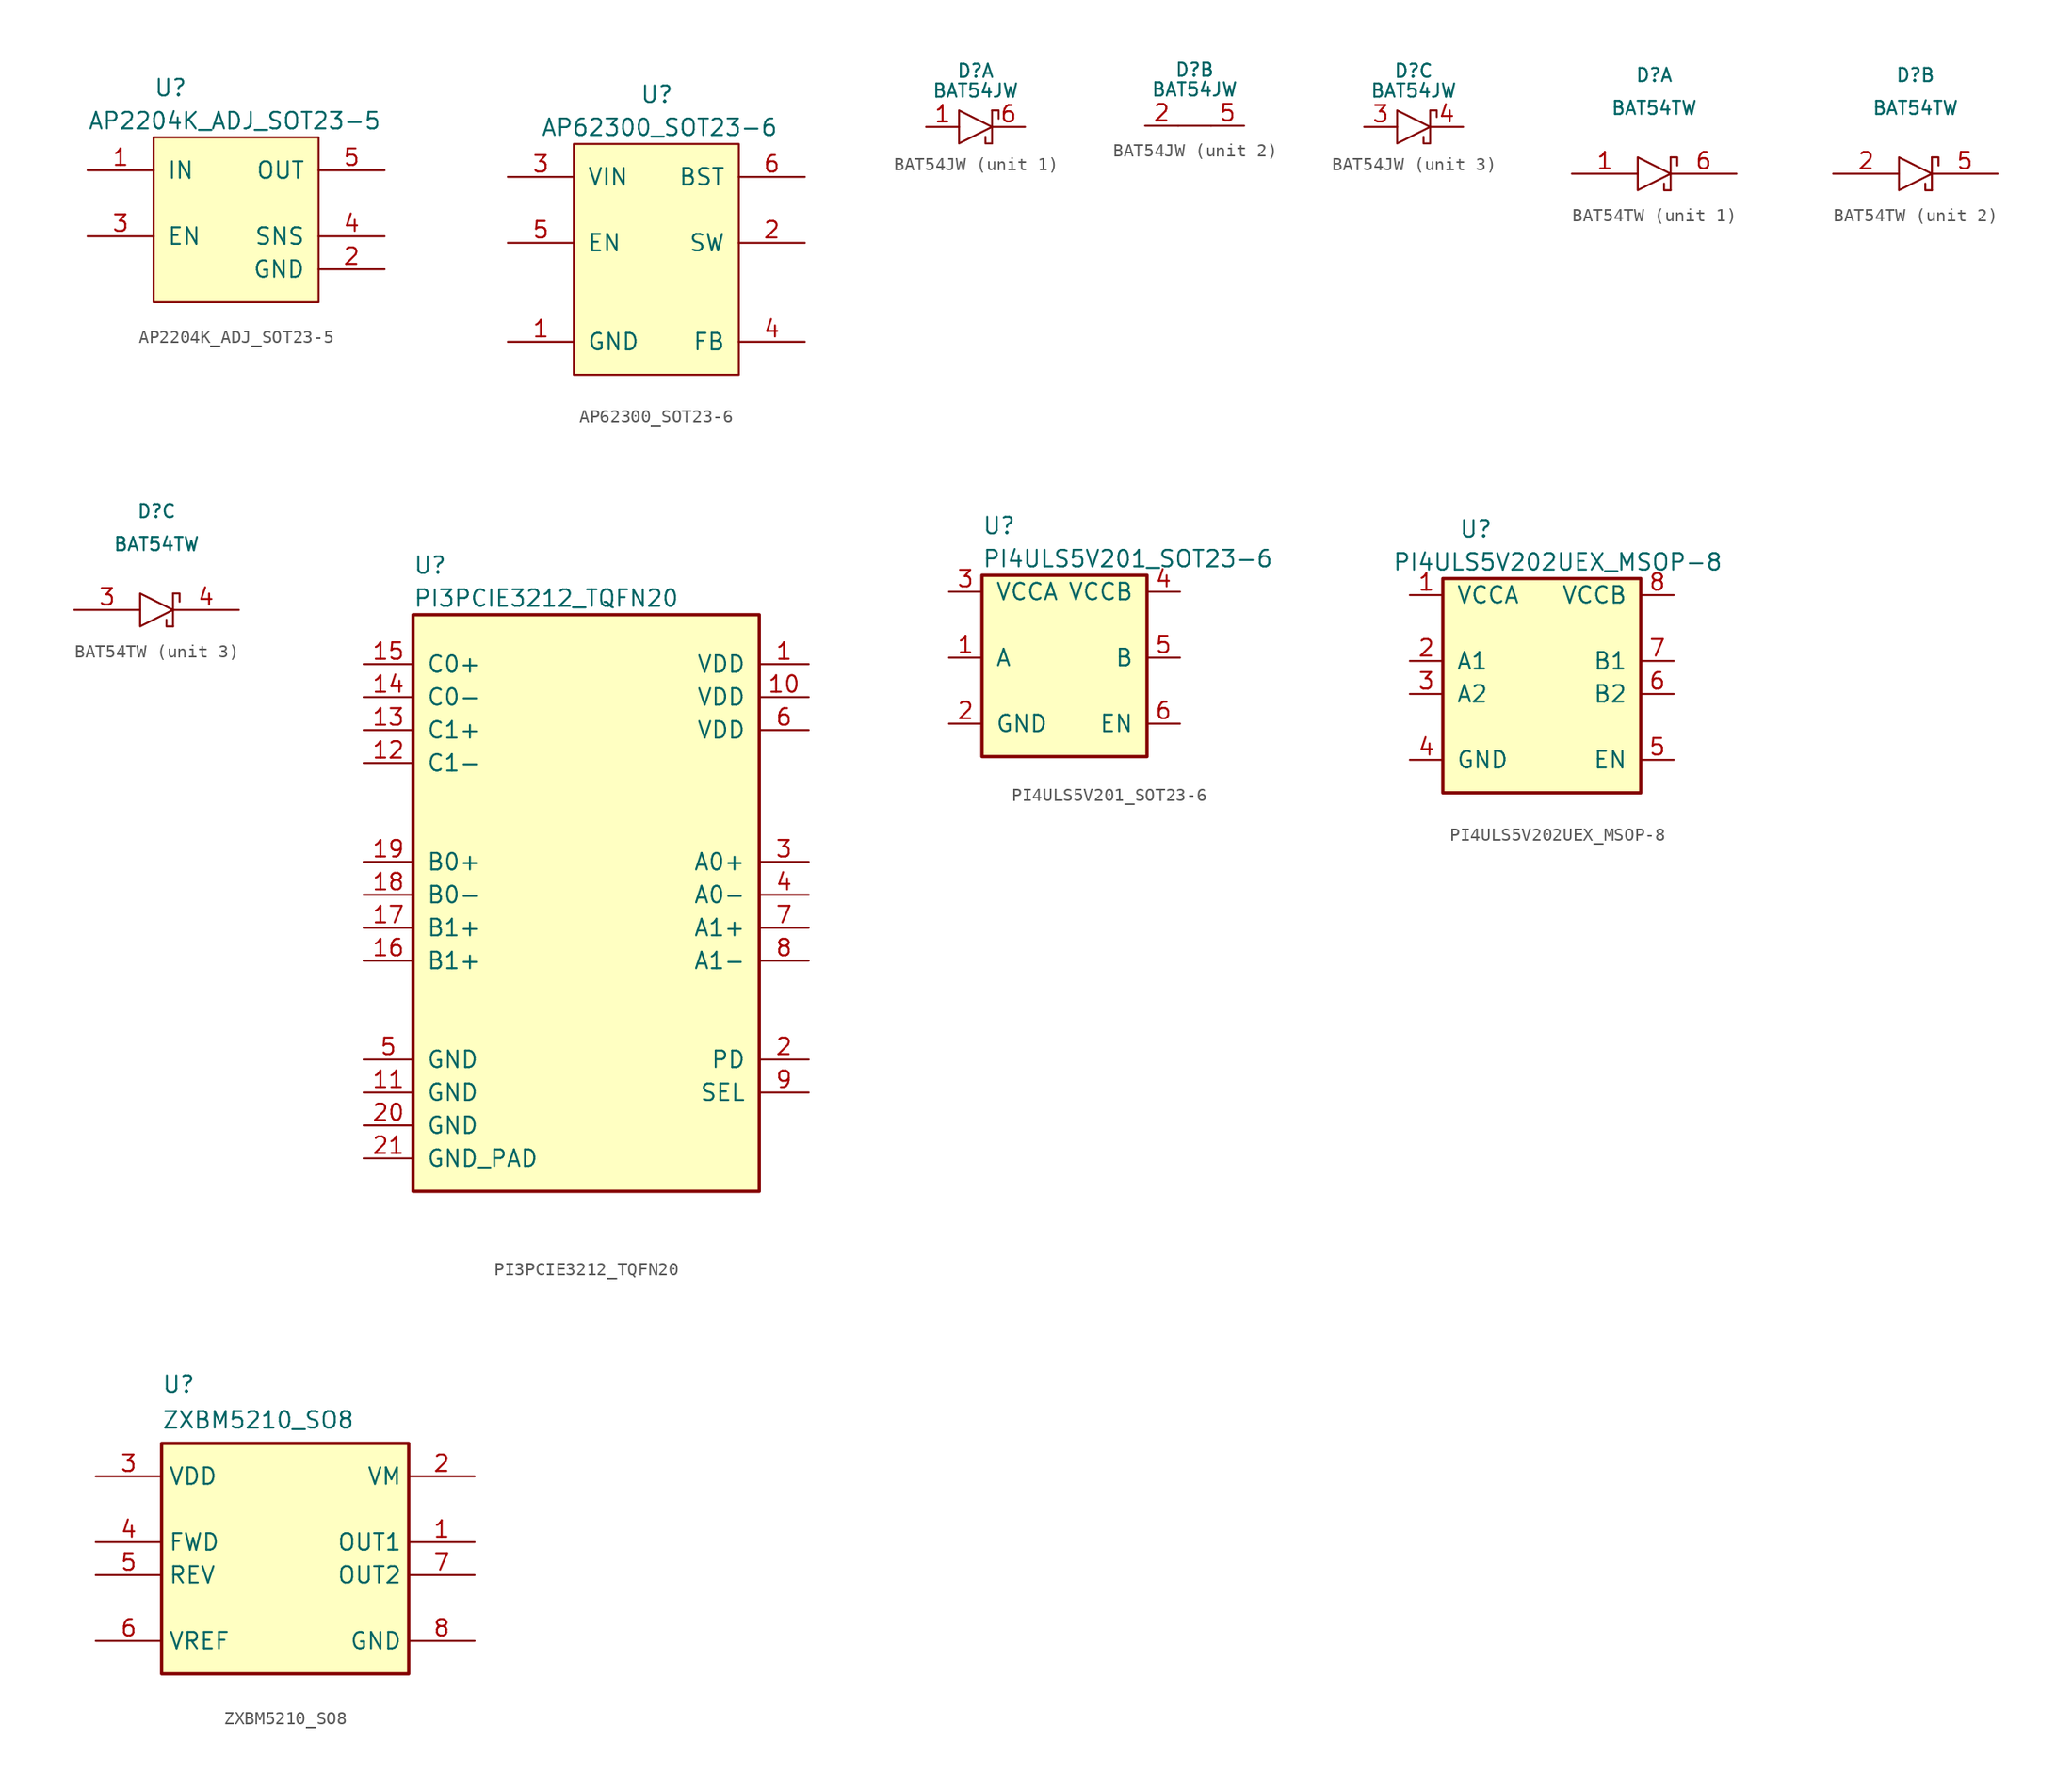
<source format=kicad_sym>
(kicad_symbol_lib
  (version 20211014)
  (generator kicad_symbol_editor)
  (symbol "AP2204K_ADJ_SOT23-5"
    (pin_names
      (offset 1.016))
    (property "Reference" "U"
      (at -6.35 3.81 0)
      (effects (font (size 1.27 1.27)) (justify left)))
    (property "Value" "AP2204K_ADJ_SOT23-5"
      (at -11.43 1.27 0)
      (effects (font (size 1.27 1.27)) (justify left)))
    (symbol "AP2204K_ADJ_SOT23-5_0_1"
      (rectangle (start -6.35 0) (end 6.35 -12.7) (stroke (width 0) (type default)) (fill (type background))))
    (symbol "AP2204K_ADJ_SOT23-5_1_1"
      (pin power_in line (at -11.43 -2.54 0) (length 5.08) (name "IN" (effects (font (size 1.27 1.27)))) (number "1" (effects (font (size 1.27 1.27)))))
      (pin power_in line (at 11.43 -10.16 180) (length 5.08) (name "GND" (effects (font (size 1.27 1.27)))) (number "2" (effects (font (size 1.27 1.27)))))
      (pin input line (at -11.43 -7.62 0) (length 5.08) (name "EN" (effects (font (size 1.27 1.27)))) (number "3" (effects (font (size 1.27 1.27)))))
      (pin input line (at 11.43 -7.62 180) (length 5.08) (name "SNS" (effects (font (size 1.27 1.27)))) (number "4" (effects (font (size 1.27 1.27)))))
      (pin power_out line (at 11.43 -2.54 180) (length 5.08) (name "OUT" (effects (font (size 1.27 1.27)))) (number "5" (effects (font (size 1.27 1.27)))))))
  (symbol "AP62300_SOT23-6"
    (pin_names
      (offset 1.016))
    (property "Reference" "U"
      (at -1.27 3.81 0)
      (effects (font (size 1.27 1.27)) (justify left)))
    (property "Value" "AP62300_SOT23-6"
      (at -8.89 1.27 0)
      (effects (font (size 1.27 1.27)) (justify left)))
    (symbol "AP62300_SOT23-6_0_1"
      (rectangle (start -6.35 0) (end 6.35 -17.78) (stroke (width 0) (type default)) (fill (type background))))
    (symbol "AP62300_SOT23-6_1_1"
      (pin power_in line (at -11.43 -15.24 0) (length 5.08) (name "GND" (effects (font (size 1.27 1.27)))) (number "1" (effects (font (size 1.27 1.27)))))
      (pin power_out line (at 11.43 -7.62 180) (length 5.08) (name "SW" (effects (font (size 1.27 1.27)))) (number "2" (effects (font (size 1.27 1.27)))))
      (pin power_in line (at -11.43 -2.54 0) (length 5.08) (name "VIN" (effects (font (size 1.27 1.27)))) (number "3" (effects (font (size 1.27 1.27)))))
      (pin input line (at 11.43 -15.24 180) (length 5.08) (name "FB" (effects (font (size 1.27 1.27)))) (number "4" (effects (font (size 1.27 1.27)))))
      (pin input line (at -11.43 -7.62 0) (length 5.08) (name "EN" (effects (font (size 1.27 1.27)))) (number "5" (effects (font (size 1.27 1.27)))))
      (pin passive line (at 11.43 -2.54 180) (length 5.08) (name "BST" (effects (font (size 1.27 1.27)))) (number "6" (effects (font (size 1.27 1.27)))))))
  (symbol "BAT54JW"
    (pin_names
      (offset 1.016))
    (property "Reference" "D"
      (at 0 4.318 0)
      (effects (font (size 1.016 1.016))))
    (property "Value" "BAT54JW"
      (at 0 2.794 0)
      (effects (font (size 1.016 1.016))))
    (symbol "BAT54JW_1_1"
      (polyline (pts (xy 1.27 1.27) (xy 1.27 -1.27)) (stroke (width 0) (type default)) (fill (type none)))
      (polyline (pts (xy 1.27 -1.27) (xy 0.762 -1.27) (xy 0.762 -0.762)) (stroke (width 0) (type default)) (fill (type none)))
      (polyline (pts (xy 1.27 1.27) (xy 1.778 1.27) (xy 1.778 0.635)) (stroke (width 0) (type default)) (fill (type none)))
      (polyline (pts (xy -1.27 1.27) (xy -1.27 -1.27) (xy 1.27 0) (xy -1.27 1.27)) (stroke (width 0) (type default)) (fill (type none)))
      (pin passive line (at -3.81 0 0) (length 2.54) (name "~" (effects (font (size 1.27 1.27)))) (number "1" (effects (font (size 1.27 1.27)))))
      (pin input line (at 3.81 0 180) (length 2.54) (name "~" (effects (font (size 1.27 1.27)))) (number "6" (effects (font (size 1.27 1.27))))))
    (symbol "BAT54JW_2_1"
      (polyline (pts (xy -1.27 0) (xy 1.27 0)) (stroke (width 0) (type default)) (fill (type none)))
      (pin passive line (at -3.81 0 0) (length 2.54) (name "~" (effects (font (size 1.27 1.27)))) (number "2" (effects (font (size 1.27 1.27)))))
      (pin input line (at 3.81 0 180) (length 2.54) (name "~" (effects (font (size 1.27 1.27)))) (number "5" (effects (font (size 1.27 1.27))))))
    (symbol "BAT54JW_3_1"
      (polyline (pts (xy -1.27 1.27) (xy -1.27 -1.27) (xy 1.27 0) (xy -1.27 1.27)) (stroke (width 0) (type default)) (fill (type none)))
      (polyline (pts (xy 1.778 0.762) (xy 1.778 1.27) (xy 1.27 1.27) (xy 1.27 -1.27) (xy 0.762 -1.27) (xy 0.762 -0.762)) (stroke (width 0) (type default)) (fill (type none)))
      (pin passive line (at -3.81 0 0) (length 2.54) (name "~" (effects (font (size 1.27 1.27)))) (number "3" (effects (font (size 1.27 1.27)))))
      (pin input line (at 3.81 0 180) (length 2.54) (name "~" (effects (font (size 1.27 1.27)))) (number "4" (effects (font (size 1.27 1.27)))))))
  (symbol "BAT54TW"
    (pin_names
      (offset 1.016))
    (property "Reference" "D"
      (at 0 7.62 0)
      (effects (font (size 1.016 1.016))))
    (property "Value" "BAT54TW"
      (at 0 5.08 0)
      (effects (font (size 1.016 1.016))))
    (symbol "BAT54TW_0_1"
      (polyline (pts (xy 1.27 1.27) (xy 1.27 -1.27)) (stroke (width 0) (type default)) (fill (type none)))
      (polyline (pts (xy 1.27 -1.27) (xy 0.762 -1.27) (xy 0.762 -0.762)) (stroke (width 0) (type default)) (fill (type none)))
      (polyline (pts (xy 1.27 1.27) (xy 1.778 1.27) (xy 1.778 0.635)) (stroke (width 0) (type default)) (fill (type none)))
      (polyline (pts (xy -1.27 1.27) (xy -1.27 -1.27) (xy 1.27 0) (xy -1.27 1.27)) (stroke (width 0) (type default)) (fill (type none))))
    (symbol "BAT54TW_1_1"
      (pin passive line (at -6.35 0 0) (length 5.08) (name "~" (effects (font (size 1.27 1.27)))) (number "1" (effects (font (size 1.27 1.27)))))
      (pin input line (at 6.35 0 180) (length 5.08) (name "~" (effects (font (size 1.27 1.27)))) (number "6" (effects (font (size 1.27 1.27))))))
    (symbol "BAT54TW_2_1"
      (pin passive line (at -6.35 0 0) (length 5.08) (name "~" (effects (font (size 1.27 1.27)))) (number "2" (effects (font (size 1.27 1.27)))))
      (pin input line (at 6.35 0 180) (length 5.08) (name "~" (effects (font (size 1.27 1.27)))) (number "5" (effects (font (size 1.27 1.27))))))
    (symbol "BAT54TW_3_1"
      (pin passive line (at -6.35 0 0) (length 5.08) (name "~" (effects (font (size 1.27 1.27)))) (number "3" (effects (font (size 1.27 1.27)))))
      (pin input line (at 6.35 0 180) (length 5.08) (name "~" (effects (font (size 1.27 1.27)))) (number "4" (effects (font (size 1.27 1.27)))))))
  (symbol "PI3PCIE3212_TQFN20"
    (pin_names
      (offset 1.016))
    (property "Reference" "U"
      (at -13.97 31.75 0)
      (effects (font (size 1.27 1.27)) (justify left)))
    (property "Value" "PI3PCIE3212_TQFN20"
      (at -13.97 29.21 0)
      (effects (font (size 1.27 1.27)) (justify left)))
    (symbol "PI3PCIE3212_TQFN20_1_1"
      (rectangle (start -13.97 27.94) (end 12.7 -16.51) (stroke (width 0.254) (type default)) (fill (type background)))
      (pin power_in line (at 16.51 24.13 180) (length 3.81) (name "VDD" (effects (font (size 1.27 1.27)))) (number "1" (effects (font (size 1.27 1.27)))))
      (pin power_in line (at 16.51 21.59 180) (length 3.81) (name "VDD" (effects (font (size 1.27 1.27)))) (number "10" (effects (font (size 1.27 1.27)))))
      (pin power_in line (at -17.78 -8.89 0) (length 3.81) (name "GND" (effects (font (size 1.27 1.27)))) (number "11" (effects (font (size 1.27 1.27)))))
      (pin bidirectional line (at -17.78 16.51 0) (length 3.81) (name "C1-" (effects (font (size 1.27 1.27)))) (number "12" (effects (font (size 1.27 1.27)))))
      (pin bidirectional line (at -17.78 19.05 0) (length 3.81) (name "C1+" (effects (font (size 1.27 1.27)))) (number "13" (effects (font (size 1.27 1.27)))))
      (pin bidirectional line (at -17.78 21.59 0) (length 3.81) (name "C0-" (effects (font (size 1.27 1.27)))) (number "14" (effects (font (size 1.27 1.27)))))
      (pin bidirectional line (at -17.78 24.13 0) (length 3.81) (name "C0+" (effects (font (size 1.27 1.27)))) (number "15" (effects (font (size 1.27 1.27)))))
      (pin bidirectional line (at -17.78 1.27 0) (length 3.81) (name "B1+" (effects (font (size 1.27 1.27)))) (number "16" (effects (font (size 1.27 1.27)))))
      (pin bidirectional line (at -17.78 3.81 0) (length 3.81) (name "B1+" (effects (font (size 1.27 1.27)))) (number "17" (effects (font (size 1.27 1.27)))))
      (pin bidirectional line (at -17.78 6.35 0) (length 3.81) (name "B0-" (effects (font (size 1.27 1.27)))) (number "18" (effects (font (size 1.27 1.27)))))
      (pin bidirectional line (at -17.78 8.89 0) (length 3.81) (name "B0+" (effects (font (size 1.27 1.27)))) (number "19" (effects (font (size 1.27 1.27)))))
      (pin input line (at 16.51 -6.35 180) (length 3.81) (name "PD" (effects (font (size 1.27 1.27)))) (number "2" (effects (font (size 1.27 1.27)))))
      (pin power_in line (at -17.78 -11.43 0) (length 3.81) (name "GND" (effects (font (size 1.27 1.27)))) (number "20" (effects (font (size 1.27 1.27)))))
      (pin power_in line (at -17.78 -13.97 0) (length 3.81) (name "GND_PAD" (effects (font (size 1.27 1.27)))) (number "21" (effects (font (size 1.27 1.27)))))
      (pin bidirectional line (at 16.51 8.89 180) (length 3.81) (name "A0+" (effects (font (size 1.27 1.27)))) (number "3" (effects (font (size 1.27 1.27)))))
      (pin bidirectional line (at 16.51 6.35 180) (length 3.81) (name "A0-" (effects (font (size 1.27 1.27)))) (number "4" (effects (font (size 1.27 1.27)))))
      (pin power_in line (at -17.78 -6.35 0) (length 3.81) (name "GND" (effects (font (size 1.27 1.27)))) (number "5" (effects (font (size 1.27 1.27)))))
      (pin power_in line (at 16.51 19.05 180) (length 3.81) (name "VDD" (effects (font (size 1.27 1.27)))) (number "6" (effects (font (size 1.27 1.27)))))
      (pin bidirectional line (at 16.51 3.81 180) (length 3.81) (name "A1+" (effects (font (size 1.27 1.27)))) (number "7" (effects (font (size 1.27 1.27)))))
      (pin bidirectional line (at 16.51 1.27 180) (length 3.81) (name "A1-" (effects (font (size 1.27 1.27)))) (number "8" (effects (font (size 1.27 1.27)))))
      (pin input line (at 16.51 -8.89 180) (length 3.81) (name "SEL" (effects (font (size 1.27 1.27)))) (number "9" (effects (font (size 1.27 1.27)))))))
  (symbol "PI4ULS5V201_SOT23-6"
    (pin_names
      (offset 1.016))
    (property "Reference" "U"
      (at -10.16 12.7 0)
      (effects (font (size 1.27 1.27)) (justify left)))
    (property "Value" "PI4ULS5V201_SOT23-6"
      (at -10.16 10.16 0)
      (effects (font (size 1.27 1.27)) (justify left)))
    (symbol "PI4ULS5V201_SOT23-6_0_1"
      (rectangle (start -10.16 8.89) (end 2.54 -5.08) (stroke (width 0.254) (type default)) (fill (type background))))
    (symbol "PI4ULS5V201_SOT23-6_1_1"
      (pin bidirectional line (at -12.7 2.54 0) (length 2.54) (name "A" (effects (font (size 1.27 1.27)))) (number "1" (effects (font (size 1.27 1.27)))))
      (pin power_in line (at -12.7 -2.54 0) (length 2.54) (name "GND" (effects (font (size 1.27 1.27)))) (number "2" (effects (font (size 1.27 1.27)))))
      (pin power_in line (at -12.7 7.62 0) (length 2.54) (name "VCCA" (effects (font (size 1.27 1.27)))) (number "3" (effects (font (size 1.27 1.27)))))
      (pin power_in line (at 5.08 7.62 180) (length 2.54) (name "VCCB" (effects (font (size 1.27 1.27)))) (number "4" (effects (font (size 1.27 1.27)))))
      (pin bidirectional line (at 5.08 2.54 180) (length 2.54) (name "B" (effects (font (size 1.27 1.27)))) (number "5" (effects (font (size 1.27 1.27)))))
      (pin input line (at 5.08 -2.54 180) (length 2.54) (name "EN" (effects (font (size 1.27 1.27)))) (number "6" (effects (font (size 1.27 1.27)))))))
  (symbol "PI4ULS5V202UEX_MSOP-8"
    (pin_names
      (offset 1.016))
    (property "Reference" "U"
      (at -5.08 12.7 0)
      (effects (font (size 1.27 1.27))))
    (property "Value" "PI4ULS5V202UEX_MSOP-8"
      (at 13.97 10.16 0)
      (effects (font (size 1.27 1.27)) (justify right)))
    (symbol "PI4ULS5V202UEX_MSOP-8_0_1"
      (rectangle (start -7.62 8.89) (end 7.62 -7.62) (stroke (width 0.254) (type default)) (fill (type background))))
    (symbol "PI4ULS5V202UEX_MSOP-8_1_1"
      (pin power_in line (at -10.16 7.62 0) (length 2.54) (name "VCCA" (effects (font (size 1.27 1.27)))) (number "1" (effects (font (size 1.27 1.27)))))
      (pin bidirectional line (at -10.16 2.54 0) (length 2.54) (name "A1" (effects (font (size 1.27 1.27)))) (number "2" (effects (font (size 1.27 1.27)))))
      (pin bidirectional line (at -10.16 0 0) (length 2.54) (name "A2" (effects (font (size 1.27 1.27)))) (number "3" (effects (font (size 1.27 1.27)))))
      (pin power_in line (at -10.16 -5.08 0) (length 2.54) (name "GND" (effects (font (size 1.27 1.27)))) (number "4" (effects (font (size 1.27 1.27)))))
      (pin input line (at 10.16 -5.08 180) (length 2.54) (name "EN" (effects (font (size 1.27 1.27)))) (number "5" (effects (font (size 1.27 1.27)))))
      (pin bidirectional line (at 10.16 0 180) (length 2.54) (name "B2" (effects (font (size 1.27 1.27)))) (number "6" (effects (font (size 1.27 1.27)))))
      (pin bidirectional line (at 10.16 2.54 180) (length 2.54) (name "B1" (effects (font (size 1.27 1.27)))) (number "7" (effects (font (size 1.27 1.27)))))
      (pin power_in line (at 10.16 7.62 180) (length 2.54) (name "VCCB" (effects (font (size 1.27 1.27)))) (number "8" (effects (font (size 1.27 1.27)))))))
  (symbol "ZXBM5210_SO8"
    (property "Reference" "U"
      (at -8.89 12.7 0)
      (effects (font (size 1.27 1.27)) (justify left bottom)))
    (property "Value" "ZXBM5210_SO8"
      (at -8.89 11.43 0)
      (effects (font (size 1.27 1.27)) (justify left top)))
    (symbol "ZXBM5210_SO8_0_1"
      (rectangle (start -8.89 -8.89) (end 10.16 8.89) (stroke (width 0.254) (type default)) (fill (type background))))
    (symbol "ZXBM5210_SO8_1_1"
      (pin passive line (at 15.24 1.27 180) (length 5.08) (name "OUT1" (effects (font (size 1.27 1.27)))) (number "1" (effects (font (size 1.27 1.27)))))
      (pin power_in line (at 15.24 6.35 180) (length 5.08) (name "VM" (effects (font (size 1.27 1.27)))) (number "2" (effects (font (size 1.27 1.27)))))
      (pin power_in line (at -13.97 6.35 0) (length 5.08) (name "VDD" (effects (font (size 1.27 1.27)))) (number "3" (effects (font (size 1.27 1.27)))))
      (pin input line (at -13.97 1.27 0) (length 5.08) (name "FWD" (effects (font (size 1.27 1.27)))) (number "4" (effects (font (size 1.27 1.27)))))
      (pin input line (at -13.97 -1.27 0) (length 5.08) (name "REV" (effects (font (size 1.27 1.27)))) (number "5" (effects (font (size 1.27 1.27)))))
      (pin input line (at -13.97 -6.35 0) (length 5.08) (name "VREF" (effects (font (size 1.27 1.27)))) (number "6" (effects (font (size 1.27 1.27)))))
      (pin passive line (at 15.24 -1.27 180) (length 5.08) (name "OUT2" (effects (font (size 1.27 1.27)))) (number "7" (effects (font (size 1.27 1.27)))))
      (pin power_in line (at 15.24 -6.35 180) (length 5.08) (name "GND" (effects (font (size 1.27 1.27)))) (number "8" (effects (font (size 1.27 1.27))))))))
</source>
